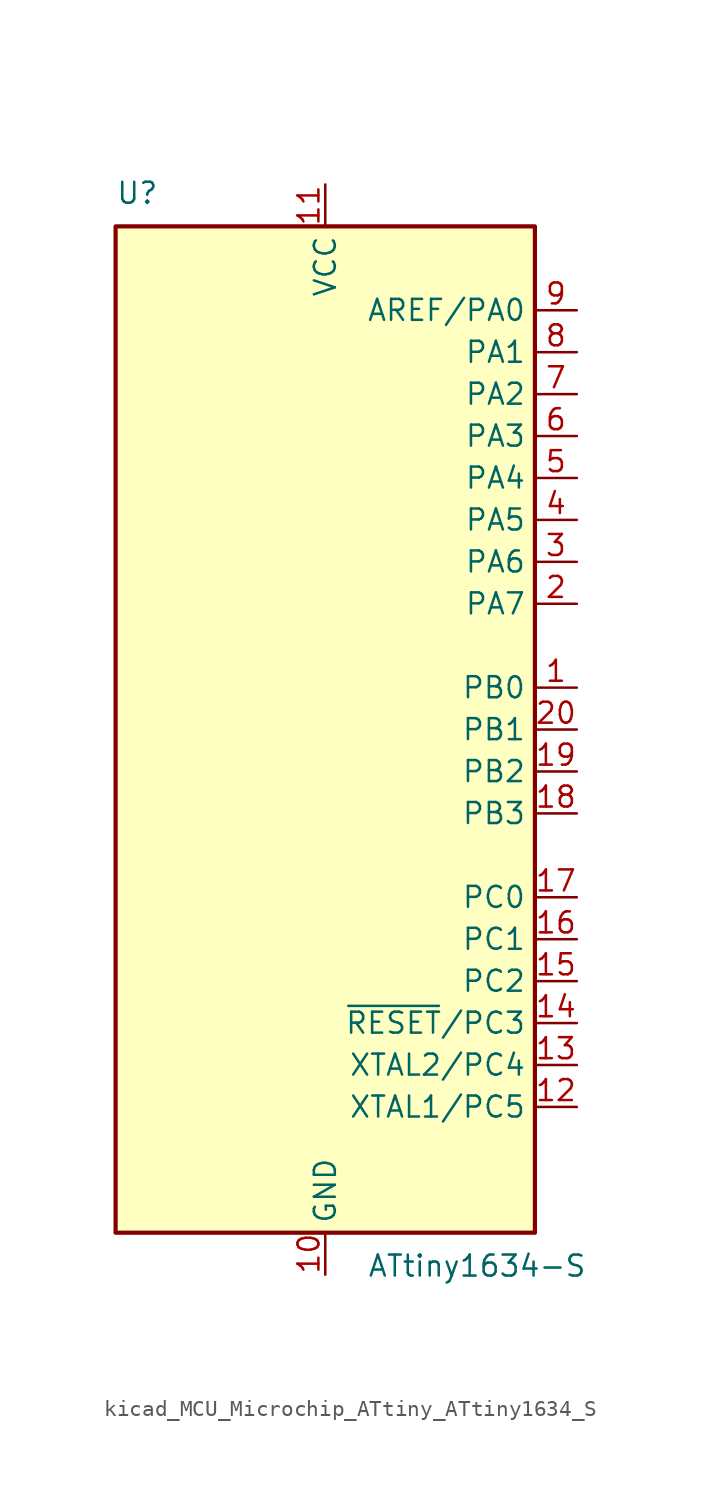
<source format=kicad_sym>
(kicad_symbol_lib
  (version 20220914)
  (generator kicad_symbol_editor)
  (symbol "kicad_MCU_Microchip_ATtiny_ATtiny1634_S"
    (property "Reference" "U"
      (at -12.7 31.75 0)
      (effects (font (size 1.27 1.27)) (justify left bottom)))
    (property "Value" "ATtiny1634-S"
      (at 2.54 -31.75 0)
      (effects (font (size 1.27 1.27)) (justify left top)))
    (symbol "kicad_MCU_Microchip_ATtiny_ATtiny1634_S_0_1"
      (rectangle (start -12.7 -30.48) (end 12.7 30.48) (stroke (width 0.254) (type default)) (fill (type background))))
    (symbol "kicad_MCU_Microchip_ATtiny_ATtiny1634_S_1_1"
      (pin bidirectional line (at 15.24 2.54 180) (length 2.54) (name "PB0" (effects (font (size 1.27 1.27)))) (number "1" (effects (font (size 1.27 1.27)))))
      (pin power_in line (at 0 -33.02 90) (length 2.54) (name "GND" (effects (font (size 1.27 1.27)))) (number "10" (effects (font (size 1.27 1.27)))))
      (pin power_in line (at 0 33.02 270) (length 2.54) (name "VCC" (effects (font (size 1.27 1.27)))) (number "11" (effects (font (size 1.27 1.27)))))
      (pin bidirectional line (at 15.24 -22.86 180) (length 2.54) (name "XTAL1/PC5" (effects (font (size 1.27 1.27)))) (number "12" (effects (font (size 1.27 1.27)))))
      (pin bidirectional line (at 15.24 -20.32 180) (length 2.54) (name "XTAL2/PC4" (effects (font (size 1.27 1.27)))) (number "13" (effects (font (size 1.27 1.27)))))
      (pin bidirectional line (at 15.24 -17.78 180) (length 2.54) (name "~{RESET}/PC3" (effects (font (size 1.27 1.27)))) (number "14" (effects (font (size 1.27 1.27)))))
      (pin bidirectional line (at 15.24 -15.24 180) (length 2.54) (name "PC2" (effects (font (size 1.27 1.27)))) (number "15" (effects (font (size 1.27 1.27)))))
      (pin bidirectional line (at 15.24 -12.7 180) (length 2.54) (name "PC1" (effects (font (size 1.27 1.27)))) (number "16" (effects (font (size 1.27 1.27)))))
      (pin bidirectional line (at 15.24 -10.16 180) (length 2.54) (name "PC0" (effects (font (size 1.27 1.27)))) (number "17" (effects (font (size 1.27 1.27)))))
      (pin bidirectional line (at 15.24 -5.08 180) (length 2.54) (name "PB3" (effects (font (size 1.27 1.27)))) (number "18" (effects (font (size 1.27 1.27)))))
      (pin bidirectional line (at 15.24 -2.54 180) (length 2.54) (name "PB2" (effects (font (size 1.27 1.27)))) (number "19" (effects (font (size 1.27 1.27)))))
      (pin bidirectional line (at 15.24 7.62 180) (length 2.54) (name "PA7" (effects (font (size 1.27 1.27)))) (number "2" (effects (font (size 1.27 1.27)))))
      (pin bidirectional line (at 15.24 0 180) (length 2.54) (name "PB1" (effects (font (size 1.27 1.27)))) (number "20" (effects (font (size 1.27 1.27)))))
      (pin bidirectional line (at 15.24 10.16 180) (length 2.54) (name "PA6" (effects (font (size 1.27 1.27)))) (number "3" (effects (font (size 1.27 1.27)))))
      (pin bidirectional line (at 15.24 12.7 180) (length 2.54) (name "PA5" (effects (font (size 1.27 1.27)))) (number "4" (effects (font (size 1.27 1.27)))))
      (pin bidirectional line (at 15.24 15.24 180) (length 2.54) (name "PA4" (effects (font (size 1.27 1.27)))) (number "5" (effects (font (size 1.27 1.27)))))
      (pin bidirectional line (at 15.24 17.78 180) (length 2.54) (name "PA3" (effects (font (size 1.27 1.27)))) (number "6" (effects (font (size 1.27 1.27)))))
      (pin bidirectional line (at 15.24 20.32 180) (length 2.54) (name "PA2" (effects (font (size 1.27 1.27)))) (number "7" (effects (font (size 1.27 1.27)))))
      (pin bidirectional line (at 15.24 22.86 180) (length 2.54) (name "PA1" (effects (font (size 1.27 1.27)))) (number "8" (effects (font (size 1.27 1.27)))))
      (pin bidirectional line (at 15.24 25.4 180) (length 2.54) (name "AREF/PA0" (effects (font (size 1.27 1.27)))) (number "9" (effects (font (size 1.27 1.27))))))))
</source>
